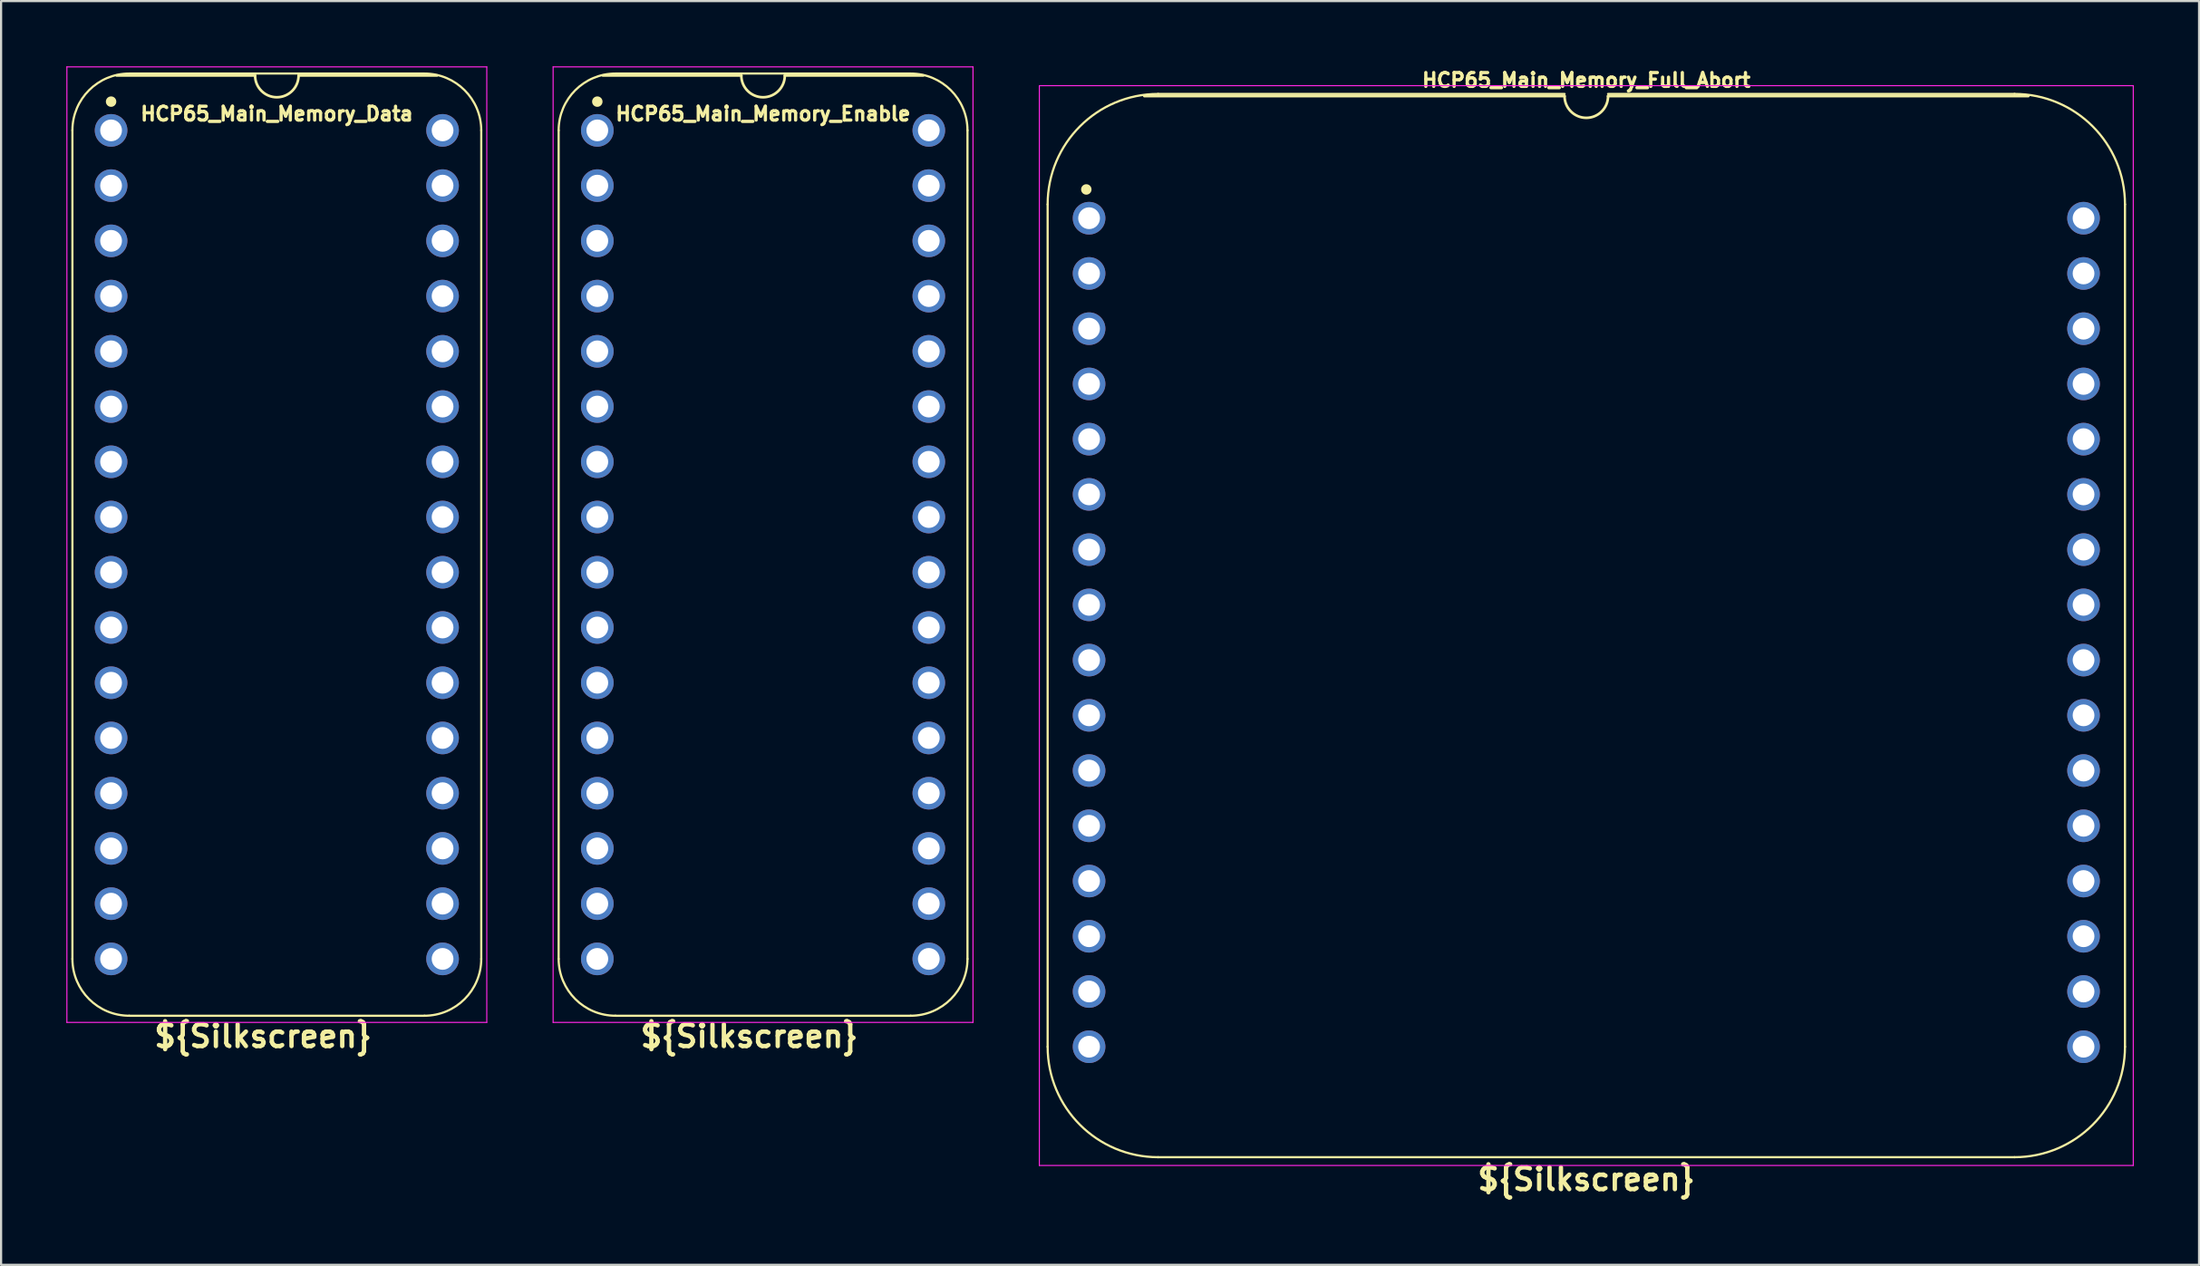
<source format=kicad_pcb>
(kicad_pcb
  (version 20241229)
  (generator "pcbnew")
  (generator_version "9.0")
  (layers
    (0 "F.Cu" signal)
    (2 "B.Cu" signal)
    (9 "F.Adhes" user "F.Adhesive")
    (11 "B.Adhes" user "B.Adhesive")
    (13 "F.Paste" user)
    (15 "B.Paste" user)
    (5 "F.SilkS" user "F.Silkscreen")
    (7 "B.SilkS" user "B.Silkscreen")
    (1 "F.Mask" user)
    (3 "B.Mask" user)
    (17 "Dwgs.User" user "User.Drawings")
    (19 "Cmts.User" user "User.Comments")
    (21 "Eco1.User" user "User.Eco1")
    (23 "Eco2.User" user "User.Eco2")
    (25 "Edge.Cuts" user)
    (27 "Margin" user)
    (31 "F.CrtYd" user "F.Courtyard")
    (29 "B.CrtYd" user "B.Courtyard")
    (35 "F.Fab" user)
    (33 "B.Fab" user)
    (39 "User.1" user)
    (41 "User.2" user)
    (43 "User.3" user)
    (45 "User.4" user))
  (footprint "HCP65_Main_Memory_Enable"
    (layer "F.Cu")
    (at 24.411 2.946)
    (property "Reference" "HCP65_Main_Memory_Enable" (at 7.62 -0.762 0) (layer "F.SilkS") (effects (font (size 0.635 0.635) (thickness 0.15))))
    (property "Silkscreen" "${Silkscreen}" (at 6.985 41.656 0) (layer "F.SilkS") (effects (font (size 1 1) (thickness 0.2))))
    (attr through_hole)
    (fp_line (start -1.778 38.1) (end -1.778 0) (stroke (width 0.1) (type solid)) (layer "F.SilkS"))
    (fp_line (start 0.836 -2.614) (end 14.404 -2.614) (stroke (width 0.1) (type solid)) (layer "F.SilkS"))
    (fp_line (start 6.62 -2.524) (end 0.254 -2.524) (stroke (width 0.12) (type solid)) (layer "F.SilkS"))
    (fp_line (start 14.404 40.714) (end 0.836 40.714) (stroke (width 0.1) (type solid)) (layer "F.SilkS"))
    (fp_line (start 14.986 -2.524) (end 8.62 -2.524) (stroke (width 0.12) (type solid)) (layer "F.SilkS"))
    (fp_line (start 17.018 38.1) (end 17.018 -0.000001) (stroke (width 0.1) (type solid)) (layer "F.SilkS"))
    (fp_arc (start -1.778 0) (mid -1.012456 -1.848188) (end 0.835732 -2.613732) (stroke (width 0.1) (type solid)) (layer "F.SilkS"))
    (fp_arc (start 0.835733 40.713733) (mid -1.012456 39.948189) (end -1.778 38.1) (stroke (width 0.1) (type solid)) (layer "F.SilkS"))
    (fp_arc (start 8.62 -2.524) (mid 7.62 -1.524) (end 6.62 -2.524) (stroke (width 0.12) (type solid)) (layer "F.SilkS"))
    (fp_arc (start 14.404267 -2.613733) (mid 16.252455 -1.848189) (end 17.017999 -0.000001) (stroke (width 0.1) (type solid)) (layer "F.SilkS"))
    (fp_arc (start 17.018 38.1) (mid 16.252455 39.948187) (end 14.404268 40.713732) (stroke (width 0.1) (type solid)) (layer "F.SilkS"))
    (fp_circle (center 0 -1.323) (end 0.18 -1.323) (stroke (width 0.12) (type solid)) (fill yes) (layer "F.SilkS"))
    (fp_line (start -2.032 -2.921) (end -2.032 41.021) (stroke (width 0.05) (type solid)) (layer "F.CrtYd"))
    (fp_line (start -2.032 -2.921) (end 17.272 -2.921) (stroke (width 0.05) (type solid)) (layer "F.CrtYd"))
    (fp_line (start -2.032 41.021) (end 17.272 41.021) (stroke (width 0.05) (type solid)) (layer "F.CrtYd"))
    (fp_line (start 17.272 -2.921) (end 17.272 41.021) (stroke (width 0.05) (type solid)) (layer "F.CrtYd"))
    (pad "1" thru_hole circle (at 0 0) (size 1.5 1.5) (drill 1) (layers "*.Cu" "*.Mask"))
    (pad "2" thru_hole circle (at 0 2.54) (size 1.5 1.5) (drill 1) (layers "*.Cu" "*.Mask"))
    (pad "3" thru_hole circle (at 0 5.08) (size 1.5 1.5) (drill 1) (layers "*.Cu" "*.Mask"))
    (pad "4" thru_hole circle (at 0 7.62) (size 1.5 1.5) (drill 1) (layers "*.Cu" "*.Mask"))
    (pad "5" thru_hole circle (at 0 10.16) (size 1.5 1.5) (drill 1) (layers "*.Cu" "*.Mask"))
    (pad "6" thru_hole circle (at 0 12.7) (size 1.5 1.5) (drill 1) (layers "*.Cu" "*.Mask"))
    (pad "7" thru_hole circle (at 0 15.24) (size 1.5 1.5) (drill 1) (layers "*.Cu" "*.Mask"))
    (pad "8" thru_hole circle (at 0 17.78) (size 1.5 1.5) (drill 1) (layers "*.Cu" "*.Mask"))
    (pad "9" thru_hole circle (at 0 20.32) (size 1.5 1.5) (drill 1) (layers "*.Cu" "*.Mask"))
    (pad "10" thru_hole circle (at 0 22.86) (size 1.5 1.5) (drill 1) (layers "*.Cu" "*.Mask"))
    (pad "11" thru_hole circle (at 0 25.4) (size 1.5 1.5) (drill 1) (layers "*.Cu" "*.Mask"))
    (pad "12" thru_hole circle (at 0 27.94) (size 1.5 1.5) (drill 1) (layers "*.Cu" "*.Mask"))
    (pad "13" thru_hole circle (at 0 30.48) (size 1.5 1.5) (drill 1) (layers "*.Cu" "*.Mask"))
    (pad "14" thru_hole circle (at 0 33.02) (size 1.5 1.5) (drill 1) (layers "*.Cu" "*.Mask"))
    (pad "15" thru_hole circle (at 0 35.56) (size 1.5 1.5) (drill 1) (layers "*.Cu" "*.Mask"))
    (pad "16" thru_hole circle (at 0 38.1) (size 1.5 1.5) (drill 1) (layers "*.Cu" "*.Mask"))
    (pad "17" thru_hole circle (at 15.24 38.1) (size 1.5 1.5) (drill 1) (layers "*.Cu" "*.Mask"))
    (pad "18" thru_hole circle (at 15.24 35.56) (size 1.5 1.5) (drill 1) (layers "*.Cu" "*.Mask"))
    (pad "19" thru_hole circle (at 15.24 33.02) (size 1.5 1.5) (drill 1) (layers "*.Cu" "*.Mask"))
    (pad "20" thru_hole circle (at 15.24 30.48) (size 1.5 1.5) (drill 1) (layers "*.Cu" "*.Mask"))
    (pad "21" thru_hole circle (at 15.24 27.94) (size 1.5 1.5) (drill 1) (layers "*.Cu" "*.Mask"))
    (pad "22" thru_hole circle (at 15.24 25.4) (size 1.5 1.5) (drill 1) (layers "*.Cu" "*.Mask"))
    (pad "23" thru_hole circle (at 15.24 22.86) (size 1.5 1.5) (drill 1) (layers "*.Cu" "*.Mask"))
    (pad "24" thru_hole circle (at 15.24 20.32) (size 1.5 1.5) (drill 1) (layers "*.Cu" "*.Mask"))
    (pad "25" thru_hole circle (at 15.24 17.78) (size 1.5 1.5) (drill 1) (layers "*.Cu" "*.Mask"))
    (pad "26" thru_hole circle (at 15.24 15.24) (size 1.5 1.5) (drill 1) (layers "*.Cu" "*.Mask"))
    (pad "27" thru_hole circle (at 15.24 12.7) (size 1.5 1.5) (drill 1) (layers "*.Cu" "*.Mask"))
    (pad "28" thru_hole circle (at 15.24 10.16) (size 1.5 1.5) (drill 1) (layers "*.Cu" "*.Mask"))
    (pad "29" thru_hole circle (at 15.24 7.62) (size 1.5 1.5) (drill 1) (layers "*.Cu" "*.Mask"))
    (pad "30" thru_hole circle (at 15.24 5.08) (size 1.5 1.5) (drill 1) (layers "*.Cu" "*.Mask"))
    (pad "31" thru_hole circle (at 15.24 2.54) (size 1.5 1.5) (drill 1) (layers "*.Cu" "*.Mask"))
    (pad "32" thru_hole circle (at 15.24 0) (size 1.5 1.5) (drill 1) (layers "*.Cu" "*.Mask")))
  (footprint "HCP65_Main_Memory_Data"
    (layer "F.Cu")
    (at 2.057 2.946)
    (property "Reference" "HCP65_Main_Memory_Data" (at 7.62 -0.762 0) (layer "F.SilkS") (effects (font (size 0.635 0.635) (thickness 0.15))))
    (attr through_hole)
    (fp_line (start -1.778 38.1) (end -1.778 0) (stroke (width 0.1) (type solid)) (layer "F.SilkS"))
    (fp_line (start 0.836 -2.614) (end 14.404 -2.614) (stroke (width 0.1) (type solid)) (layer "F.SilkS"))
    (fp_line (start 6.62 -2.524) (end 0.254 -2.524) (stroke (width 0.12) (type solid)) (layer "F.SilkS"))
    (fp_line (start 14.404 40.714) (end 0.836 40.714) (stroke (width 0.1) (type solid)) (layer "F.SilkS"))
    (fp_line (start 14.986 -2.524) (end 8.62 -2.524) (stroke (width 0.12) (type solid)) (layer "F.SilkS"))
    (fp_line (start 17.018 38.1) (end 17.018 -0.000001) (stroke (width 0.1) (type solid)) (layer "F.SilkS"))
    (fp_arc (start -1.778 0) (mid -1.012456 -1.848188) (end 0.835732 -2.613732) (stroke (width 0.1) (type solid)) (layer "F.SilkS"))
    (fp_arc (start 0.835733 40.713733) (mid -1.012456 39.948189) (end -1.778 38.1) (stroke (width 0.1) (type solid)) (layer "F.SilkS"))
    (fp_arc (start 8.62 -2.524) (mid 7.62 -1.524) (end 6.62 -2.524) (stroke (width 0.12) (type solid)) (layer "F.SilkS"))
    (fp_arc (start 14.404267 -2.613733) (mid 16.252455 -1.848189) (end 17.017999 -0.000001) (stroke (width 0.1) (type solid)) (layer "F.SilkS"))
    (fp_arc (start 17.018 38.1) (mid 16.252455 39.948187) (end 14.404268 40.713732) (stroke (width 0.1) (type solid)) (layer "F.SilkS"))
    (fp_circle (center 0 -1.323) (end 0.18 -1.323) (stroke (width 0.12) (type solid)) (fill yes) (layer "F.SilkS"))
    (fp_line (start -2.032 -2.921) (end -2.032 41.021) (stroke (width 0.05) (type solid)) (layer "F.CrtYd"))
    (fp_line (start -2.032 -2.921) (end 17.272 -2.921) (stroke (width 0.05) (type solid)) (layer "F.CrtYd"))
    (fp_line (start -2.032 41.021) (end 17.272 41.021) (stroke (width 0.05) (type solid)) (layer "F.CrtYd"))
    (fp_line (start 17.272 -2.921) (end 17.272 41.021) (stroke (width 0.05) (type solid)) (layer "F.CrtYd"))
    (fp_text user "${Silkscreen}" (at 6.985 41.656 0) (layer "F.SilkS") (effects (font (size 1 1) (thickness 0.2) (bold yes))))
    (pad "1" thru_hole circle (at 0 0) (size 1.5 1.5) (drill 1) (layers "*.Cu" "*.Mask"))
    (pad "2" thru_hole circle (at 0 2.54) (size 1.5 1.5) (drill 1) (layers "*.Cu" "*.Mask"))
    (pad "3" thru_hole circle (at 0 5.08) (size 1.5 1.5) (drill 1) (layers "*.Cu" "*.Mask"))
    (pad "4" thru_hole circle (at 0 7.62) (size 1.5 1.5) (drill 1) (layers "*.Cu" "*.Mask"))
    (pad "5" thru_hole circle (at 0 10.16) (size 1.5 1.5) (drill 1) (layers "*.Cu" "*.Mask"))
    (pad "6" thru_hole circle (at 0 12.7) (size 1.5 1.5) (drill 1) (layers "*.Cu" "*.Mask"))
    (pad "7" thru_hole circle (at 0 15.24) (size 1.5 1.5) (drill 1) (layers "*.Cu" "*.Mask"))
    (pad "8" thru_hole circle (at 0 17.78) (size 1.5 1.5) (drill 1) (layers "*.Cu" "*.Mask"))
    (pad "9" thru_hole circle (at 0 20.32) (size 1.5 1.5) (drill 1) (layers "*.Cu" "*.Mask"))
    (pad "10" thru_hole circle (at 0 22.86) (size 1.5 1.5) (drill 1) (layers "*.Cu" "*.Mask"))
    (pad "11" thru_hole circle (at 0 25.4) (size 1.5 1.5) (drill 1) (layers "*.Cu" "*.Mask"))
    (pad "12" thru_hole circle (at 0 27.94) (size 1.5 1.5) (drill 1) (layers "*.Cu" "*.Mask"))
    (pad "13" thru_hole circle (at 0 30.48) (size 1.5 1.5) (drill 1) (layers "*.Cu" "*.Mask"))
    (pad "14" thru_hole circle (at 0 33.02) (size 1.5 1.5) (drill 1) (layers "*.Cu" "*.Mask"))
    (pad "15" thru_hole circle (at 0 35.56) (size 1.5 1.5) (drill 1) (layers "*.Cu" "*.Mask"))
    (pad "16" thru_hole circle (at 0 38.1) (size 1.5 1.5) (drill 1) (layers "*.Cu" "*.Mask"))
    (pad "17" thru_hole circle (at 15.24 38.1) (size 1.5 1.5) (drill 1) (layers "*.Cu" "*.Mask"))
    (pad "18" thru_hole circle (at 15.24 35.56) (size 1.5 1.5) (drill 1) (layers "*.Cu" "*.Mask"))
    (pad "19" thru_hole circle (at 15.24 33.02) (size 1.5 1.5) (drill 1) (layers "*.Cu" "*.Mask"))
    (pad "20" thru_hole circle (at 15.24 30.48) (size 1.5 1.5) (drill 1) (layers "*.Cu" "*.Mask"))
    (pad "21" thru_hole circle (at 15.24 27.94) (size 1.5 1.5) (drill 1) (layers "*.Cu" "*.Mask"))
    (pad "22" thru_hole circle (at 15.24 25.4) (size 1.5 1.5) (drill 1) (layers "*.Cu" "*.Mask"))
    (pad "23" thru_hole circle (at 15.24 22.86) (size 1.5 1.5) (drill 1) (layers "*.Cu" "*.Mask"))
    (pad "24" thru_hole circle (at 15.24 20.32) (size 1.5 1.5) (drill 1) (layers "*.Cu" "*.Mask"))
    (pad "25" thru_hole circle (at 15.24 17.78) (size 1.5 1.5) (drill 1) (layers "*.Cu" "*.Mask"))
    (pad "26" thru_hole circle (at 15.24 15.24) (size 1.5 1.5) (drill 1) (layers "*.Cu" "*.Mask"))
    (pad "27" thru_hole circle (at 15.24 12.7) (size 1.5 1.5) (drill 1) (layers "*.Cu" "*.Mask"))
    (pad "28" thru_hole circle (at 15.24 10.16) (size 1.5 1.5) (drill 1) (layers "*.Cu" "*.Mask"))
    (pad "29" thru_hole circle (at 15.24 7.62) (size 1.5 1.5) (drill 1) (layers "*.Cu" "*.Mask"))
    (pad "30" thru_hole circle (at 15.24 5.08) (size 1.5 1.5) (drill 1) (layers "*.Cu" "*.Mask"))
    (pad "31" thru_hole circle (at 15.24 2.54) (size 1.5 1.5) (drill 1) (layers "*.Cu" "*.Mask"))
    (pad "32" thru_hole circle (at 15.24 0) (size 1.5 1.5) (drill 1) (layers "*.Cu" "*.Mask")))
  (footprint "HCP65_Main_Memory_Full_Abort"
    (layer "F.Cu")
    (at 47.019 6.985)
    (property "Reference" "HCP65_Main_Memory_Full_Abort" (at 22.86 -6.35 0) (layer "F.SilkS") (effects (font (size 0.635 0.635) (thickness 0.15))))
    (property "Silkscreen" "${Silkscreen}" (at 22.86 44.196 0) (layer "F.SilkS") (effects (font (size 1 1) (thickness 0.2))))
    (attr through_hole)
    (fp_line (start -1.905 -0.635) (end -1.905 38.1) (stroke (width 0.1) (type solid)) (layer "F.SilkS"))
    (fp_line (start 21.86 -5.715) (end 3.175 -5.715) (stroke (width 0.1) (type solid)) (layer "F.SilkS"))
    (fp_line (start 21.86 -5.616) (end 2.54 -5.616) (stroke (width 0.12) (type solid)) (layer "F.SilkS"))
    (fp_line (start 42.545 -5.715) (end 23.86 -5.715) (stroke (width 0.1) (type solid)) (layer "F.SilkS"))
    (fp_line (start 42.545 43.18) (end 3.175 43.18) (stroke (width 0.1) (type solid)) (layer "F.SilkS"))
    (fp_line (start 43.18 -5.616) (end 23.86 -5.616) (stroke (width 0.12) (type solid)) (layer "F.SilkS"))
    (fp_line (start 47.625 38.1) (end 47.625 -0.635) (stroke (width 0.1) (type solid)) (layer "F.SilkS"))
    (fp_arc (start -1.905 -0.635) (mid -0.417102 -4.227102) (end 3.175 -5.715) (stroke (width 0.1) (type solid)) (layer "F.SilkS"))
    (fp_arc (start 3.175 43.18) (mid -0.417102 41.692102) (end -1.905 38.1) (stroke (width 0.1) (type solid)) (layer "F.SilkS"))
    (fp_arc (start 23.86 -5.616) (mid 22.86 -4.616) (end 21.86 -5.616) (stroke (width 0.12) (type solid)) (layer "F.SilkS"))
    (fp_arc (start 42.545 -5.715) (mid 46.137102 -4.227102) (end 47.625 -0.635) (stroke (width 0.1) (type solid)) (layer "F.SilkS"))
    (fp_arc (start 47.625 38.1) (mid 46.137102 41.692102) (end 42.545 43.18) (stroke (width 0.1) (type solid)) (layer "F.SilkS"))
    (fp_circle (center -0.127 -1.323) (end 0.053 -1.323) (stroke (width 0.12) (type solid)) (fill yes) (layer "F.SilkS"))
    (fp_line (start -2.286 -6.096) (end -2.286 43.561) (stroke (width 0.05) (type solid)) (layer "F.CrtYd"))
    (fp_line (start -2.286 -6.096) (end 48.006 -6.096) (stroke (width 0.05) (type solid)) (layer "F.CrtYd"))
    (fp_line (start -2.286 43.561) (end 48.006 43.561) (stroke (width 0.05) (type solid)) (layer "F.CrtYd"))
    (fp_line (start 48.006 43.561) (end 48.006 -6.096) (stroke (width 0.05) (type solid)) (layer "F.CrtYd"))
    (pad "1" thru_hole circle (at 0 0) (size 1.5 1.5) (drill 1) (layers "*.Cu" "*.Mask"))
    (pad "2" thru_hole circle (at 0 2.54) (size 1.5 1.5) (drill 1) (layers "*.Cu" "*.Mask"))
    (pad "3" thru_hole circle (at 0 5.08) (size 1.5 1.5) (drill 1) (layers "*.Cu" "*.Mask"))
    (pad "4" thru_hole circle (at 0 7.62) (size 1.5 1.5) (drill 1) (layers "*.Cu" "*.Mask"))
    (pad "5" thru_hole circle (at 0 10.16) (size 1.5 1.5) (drill 1) (layers "*.Cu" "*.Mask"))
    (pad "6" thru_hole circle (at 0 12.7) (size 1.5 1.5) (drill 1) (layers "*.Cu" "*.Mask"))
    (pad "7" thru_hole circle (at 0 15.24) (size 1.5 1.5) (drill 1) (layers "*.Cu" "*.Mask"))
    (pad "8" thru_hole circle (at 0 17.78) (size 1.5 1.5) (drill 1) (layers "*.Cu" "*.Mask"))
    (pad "9" thru_hole circle (at 0 20.32) (size 1.5 1.5) (drill 1) (layers "*.Cu" "*.Mask"))
    (pad "10" thru_hole circle (at 0 22.86) (size 1.5 1.5) (drill 1) (layers "*.Cu" "*.Mask"))
    (pad "11" thru_hole circle (at 0 25.4) (size 1.5 1.5) (drill 1) (layers "*.Cu" "*.Mask"))
    (pad "12" thru_hole circle (at 0 27.94) (size 1.5 1.5) (drill 1) (layers "*.Cu" "*.Mask"))
    (pad "13" thru_hole circle (at 0 30.48) (size 1.5 1.5) (drill 1) (layers "*.Cu" "*.Mask"))
    (pad "14" thru_hole circle (at 0 33.02) (size 1.5 1.5) (drill 1) (layers "*.Cu" "*.Mask"))
    (pad "15" thru_hole circle (at 0 35.56) (size 1.5 1.5) (drill 1) (layers "*.Cu" "*.Mask"))
    (pad "16" thru_hole circle (at 0 38.1) (size 1.5 1.5) (drill 1) (layers "*.Cu" "*.Mask"))
    (pad "17" thru_hole circle (at 45.72 38.1) (size 1.5 1.5) (drill 1) (layers "*.Cu" "*.Mask"))
    (pad "18" thru_hole circle (at 45.72 35.56) (size 1.5 1.5) (drill 1) (layers "*.Cu" "*.Mask"))
    (pad "19" thru_hole circle (at 45.72 33.02) (size 1.5 1.5) (drill 1) (layers "*.Cu" "*.Mask"))
    (pad "20" thru_hole circle (at 45.72 30.48) (size 1.5 1.5) (drill 1) (layers "*.Cu" "*.Mask"))
    (pad "21" thru_hole circle (at 45.72 27.94) (size 1.5 1.5) (drill 1) (layers "*.Cu" "*.Mask"))
    (pad "22" thru_hole circle (at 45.72 25.4) (size 1.5 1.5) (drill 1) (layers "*.Cu" "*.Mask"))
    (pad "23" thru_hole circle (at 45.72 22.86) (size 1.5 1.5) (drill 1) (layers "*.Cu" "*.Mask"))
    (pad "24" thru_hole circle (at 45.72 20.32) (size 1.5 1.5) (drill 1) (layers "*.Cu" "*.Mask"))
    (pad "25" thru_hole circle (at 45.72 17.78) (size 1.5 1.5) (drill 1) (layers "*.Cu" "*.Mask"))
    (pad "26" thru_hole circle (at 45.72 15.24) (size 1.5 1.5) (drill 1) (layers "*.Cu" "*.Mask"))
    (pad "27" thru_hole circle (at 45.72 12.7) (size 1.5 1.5) (drill 1) (layers "*.Cu" "*.Mask"))
    (pad "28" thru_hole circle (at 45.72 10.16) (size 1.5 1.5) (drill 1) (layers "*.Cu" "*.Mask"))
    (pad "29" thru_hole circle (at 45.72 7.62) (size 1.5 1.5) (drill 1) (layers "*.Cu" "*.Mask"))
    (pad "30" thru_hole circle (at 45.72 5.08) (size 1.5 1.5) (drill 1) (layers "*.Cu" "*.Mask"))
    (pad "31" thru_hole circle (at 45.72 2.54) (size 1.5 1.5) (drill 1) (layers "*.Cu" "*.Mask"))
    (pad "32" thru_hole circle (at 45.72 0) (size 1.5 1.5) (drill 1) (layers "*.Cu" "*.Mask")))
  (gr_rect
    (start -3 -3)
    (end 98.05 55.117)
    (stroke (width 0.1) (type default))
    (fill no)
    (layer "Edge.Cuts")))
</source>
